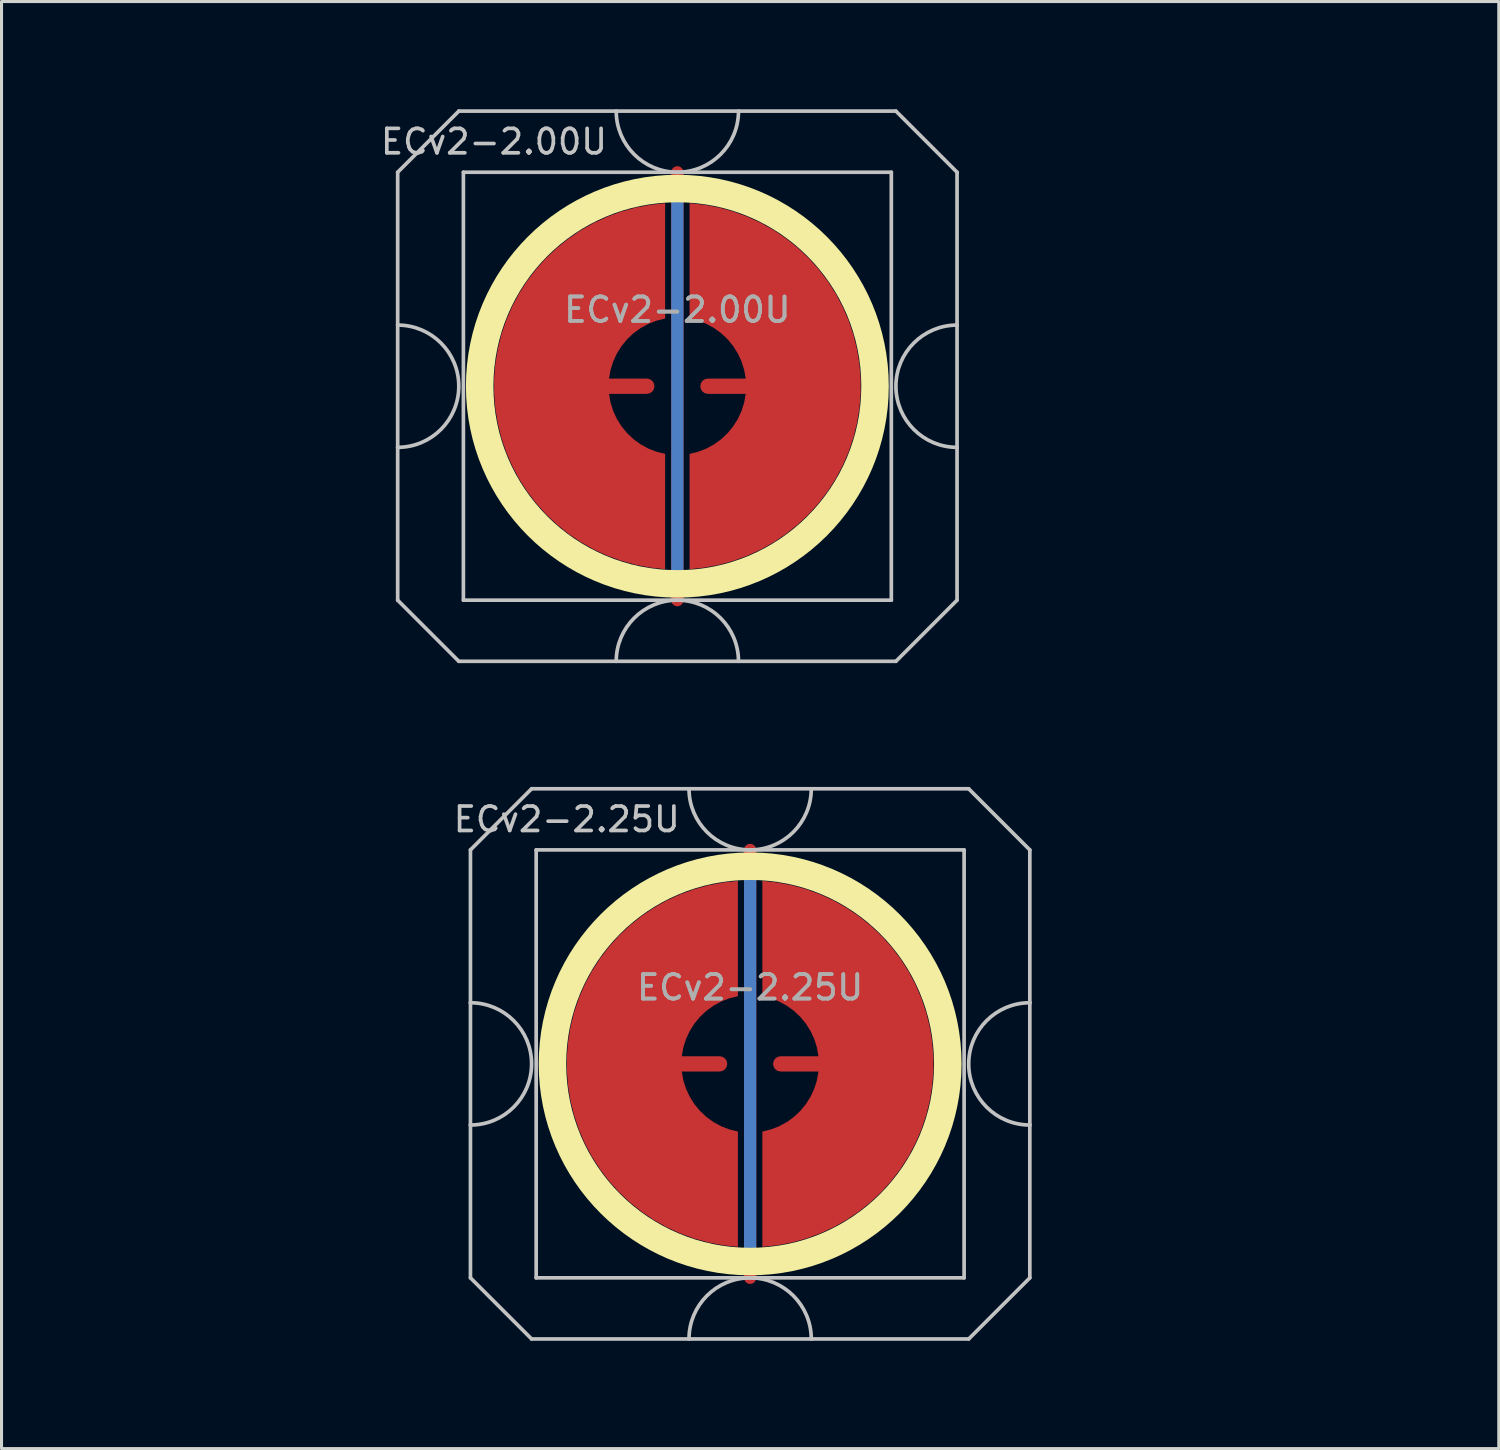
<source format=kicad_pcb>
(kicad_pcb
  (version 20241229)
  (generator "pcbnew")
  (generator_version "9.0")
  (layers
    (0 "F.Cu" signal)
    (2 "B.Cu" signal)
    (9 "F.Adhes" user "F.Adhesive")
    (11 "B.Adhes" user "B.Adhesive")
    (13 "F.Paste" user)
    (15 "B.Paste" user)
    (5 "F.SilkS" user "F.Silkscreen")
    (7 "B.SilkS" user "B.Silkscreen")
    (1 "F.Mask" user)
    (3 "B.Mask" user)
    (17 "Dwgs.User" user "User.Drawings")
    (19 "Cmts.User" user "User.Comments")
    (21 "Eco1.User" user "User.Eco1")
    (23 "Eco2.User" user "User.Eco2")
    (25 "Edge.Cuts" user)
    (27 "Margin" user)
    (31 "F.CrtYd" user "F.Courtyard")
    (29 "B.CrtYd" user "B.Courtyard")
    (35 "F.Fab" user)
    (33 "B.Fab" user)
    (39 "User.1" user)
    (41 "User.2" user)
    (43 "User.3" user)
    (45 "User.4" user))
  (footprint "ECv2-2.00U"
    (layer "F.Cu")
    (at 19.11 9.585)
    (property "Reference" "ECv2-2.00U" (at -6 -8 0) (layer "Dwgs.User") (effects (font (size 0.8 0.8) (thickness 0.12))))
    (attr smd exclude_from_pos_files exclude_from_bom)
    (fp_circle (center 0 0) (end 6.467 0) (stroke (width 0.9) (type solid)) (fill no) (layer "F.SilkS"))
    (fp_line (start -9.15 -7) (end -9.15 -2) (stroke (width 0.12) (type solid)) (layer "Dwgs.User"))
    (fp_line (start -9.15 -2) (end -9.15 2) (stroke (width 0.12) (type solid)) (layer "Dwgs.User"))
    (fp_line (start -9.15 2) (end -9.15 7) (stroke (width 0.12) (type solid)) (layer "Dwgs.User"))
    (fp_line (start -9.15 7) (end -7.15 9) (stroke (width 0.12) (type solid)) (layer "Dwgs.User"))
    (fp_line (start -7.15 -9) (end -9.15 -7) (stroke (width 0.12) (type solid)) (layer "Dwgs.User"))
    (fp_line (start -7.15 9) (end 7.15 9) (stroke (width 0.12) (type solid)) (layer "Dwgs.User"))
    (fp_line (start -7 -7) (end -7 7) (stroke (width 0.12) (type solid)) (layer "Dwgs.User"))
    (fp_line (start -7 7) (end 7 7) (stroke (width 0.12) (type solid)) (layer "Dwgs.User"))
    (fp_line (start 7 -7) (end -7 -7) (stroke (width 0.12) (type solid)) (layer "Dwgs.User"))
    (fp_line (start 7 7) (end 7 -7) (stroke (width 0.12) (type solid)) (layer "Dwgs.User"))
    (fp_line (start 7.15 -9) (end -7.15 -9) (stroke (width 0.12) (type solid)) (layer "Dwgs.User"))
    (fp_line (start 7.15 -9) (end 9.15 -7) (stroke (width 0.12) (type solid)) (layer "Dwgs.User"))
    (fp_line (start 7.15 9) (end 9.15 7) (stroke (width 0.12) (type solid)) (layer "Dwgs.User"))
    (fp_line (start 9.15 -2) (end 9.15 -7) (stroke (width 0.12) (type solid)) (layer "Dwgs.User"))
    (fp_line (start 9.15 -2) (end 9.15 2) (stroke (width 0.12) (type solid)) (layer "Dwgs.User"))
    (fp_line (start 9.15 7) (end 9.15 2) (stroke (width 0.12) (type solid)) (layer "Dwgs.User"))
    (fp_arc (start -9.15 -2) (mid -7.15 0) (end -9.15 2) (stroke (width 0.12) (type solid)) (layer "Dwgs.User"))
    (fp_arc (start -2 9) (mid 0 7) (end 2 9) (stroke (width 0.12) (type solid)) (layer "Dwgs.User"))
    (fp_arc (start 2 -9) (mid 0 -7) (end -2 -9) (stroke (width 0.12) (type solid)) (layer "Dwgs.User"))
    (fp_arc (start 9.15 2) (mid 7.15 0) (end 9.15 -2) (stroke (width 0.12) (type solid)) (layer "Dwgs.User"))
    (fp_line (start -19.05 -9.525) (end -19.05 9.525) (stroke (width 0.12) (type solid)) (layer "User.2"))
    (fp_line (start -19.05 -9.525) (end 19.05 -9.525) (stroke (width 0.12) (type solid)) (layer "User.2"))
    (fp_line (start -19.05 9.525) (end 19.05 9.525) (stroke (width 0.12) (type solid)) (layer "User.2"))
    (fp_line (start 19.05 -9.525) (end 19.05 9.525) (stroke (width 0.12) (type solid)) (layer "User.2"))
    (fp_text user "${REFERENCE}" (at 0 -2.5 0) (layer "F.Fab") (effects (font (size 0.8 0.8) (thickness 0.12))))
    (fp_text user "${REFERENCE}" (at 0 -2.5 0) (layer "F.Fab") (effects (font (size 0.8 0.8) (thickness 0.12))))
    (pad "1" smd custom (at -1 0) (size 0.4 0.4) (layers "F.Cu") (options (anchor circle)) (primitives (gr_poly (pts (xy 0.6 -2.214) (xy 0.32 -2.145) (xy 0.052 -2.041) (xy -0.201 -1.903) (xy -0.434 -1.734) (xy -0.644 -1.536) (xy -0.826 -1.314) (xy -0.979 -1.07) (xy -1.1 -0.808) (xy -1.186 -0.534) (xy -1.236 -0.25) (xy 0 -0.25) (xy 0.096 -0.231) (xy 0.177 -0.177) (xy 0.231 -0.096) (xy 0.25 0) (xy 0.231 0.096) (xy 0.177 0.177) (xy 0.096 0.231) (xy 0 0.25) (xy -1.236 0.25) (xy -1.186 0.534) (xy -1.1 0.808) (xy -0.979 1.07) (xy -0.826 1.314) (xy -0.644 1.536) (xy -0.434 1.734) (xy -0.201 1.903) (xy 0.052 2.041) (xy 0.32 2.145) (xy 0.6 2.214) (xy 0.6 5.987) (xy 0.115 5.934) (xy -0.364 5.843) (xy -0.834 5.713) (xy -1.292 5.545) (xy -1.735 5.341) (xy -2.159 5.101) (xy -2.563 4.827) (xy -2.943 4.522) (xy -3.298 4.187) (xy -3.623 3.824) (xy -3.919 3.436) (xy -4.182 3.025) (xy -4.41 2.594) (xy -4.603 2.147) (xy -4.759 1.684) (xy -4.876 1.211) (xy -4.955 0.73) (xy -4.995 0.244) (xy -4.995 -0.244) (xy -4.955 -0.73) (xy -4.876 -1.211) (xy -4.759 -1.684) (xy -4.603 -2.147) (xy -4.41 -2.594) (xy -4.182 -3.025) (xy -3.919 -3.436) (xy -3.623 -3.824) (xy -3.298 -4.187) (xy -2.943 -4.522) (xy -2.563 -4.827) (xy -2.159 -5.101) (xy -1.735 -5.341) (xy -1.292 -5.545) (xy -0.834 -5.713) (xy -0.364 -5.843) (xy 0.115 -5.934) (xy 0.6 -5.987)) (width 0) (fill yes))))
    (pad "2" smd custom (at 1 0 180) (size 0.4 0.4) (layers "F.Cu") (options (anchor circle)) (primitives (gr_poly (pts (xy 0.6 -2.214) (xy 0.32 -2.145) (xy 0.052 -2.041) (xy -0.201 -1.903) (xy -0.434 -1.734) (xy -0.644 -1.536) (xy -0.826 -1.314) (xy -0.979 -1.07) (xy -1.1 -0.808) (xy -1.186 -0.534) (xy -1.236 -0.25) (xy 0 -0.25) (xy 0.096 -0.231) (xy 0.177 -0.177) (xy 0.231 -0.096) (xy 0.25 0) (xy 0.231 0.096) (xy 0.177 0.177) (xy 0.096 0.231) (xy 0 0.25) (xy -1.236 0.25) (xy -1.186 0.534) (xy -1.1 0.808) (xy -0.979 1.07) (xy -0.826 1.314) (xy -0.644 1.536) (xy -0.434 1.734) (xy -0.201 1.903) (xy 0.052 2.041) (xy 0.32 2.145) (xy 0.6 2.214) (xy 0.6 5.987) (xy 0.115 5.934) (xy -0.364 5.843) (xy -0.834 5.713) (xy -1.292 5.545) (xy -1.735 5.341) (xy -2.159 5.101) (xy -2.563 4.827) (xy -2.943 4.522) (xy -3.298 4.187) (xy -3.623 3.824) (xy -3.919 3.436) (xy -4.182 3.025) (xy -4.41 2.594) (xy -4.603 2.147) (xy -4.759 1.684) (xy -4.876 1.211) (xy -4.955 0.73) (xy -4.995 0.244) (xy -4.995 -0.244) (xy -4.955 -0.73) (xy -4.876 -1.211) (xy -4.759 -1.684) (xy -4.603 -2.147) (xy -4.41 -2.594) (xy -4.182 -3.025) (xy -3.919 -3.436) (xy -3.623 -3.824) (xy -3.298 -4.187) (xy -2.943 -4.522) (xy -2.563 -4.827) (xy -2.159 -5.101) (xy -1.735 -5.341) (xy -1.292 -5.545) (xy -0.834 -5.713) (xy -0.364 -5.843) (xy 0.115 -5.934) (xy 0.6 -5.987)) (width 0) (fill yes))))
    (pad "3" smd custom (at 0 0) (size 0.4 0.4) (layers "F.Cu") (options (anchor rect)) (primitives (gr_line (start 0 -7) (end 0 7) (width 0.4))))
    (pad "3" smd custom (at 0 0) (size 0.4 0.4) (layers "B.Cu") (options (anchor rect)) (primitives (gr_line (start 0 -6.5) (end 0 6.5) (width 0.4))))
    (zone (net_name "") (layer "F.Cu") (hatch edge 0.508) (connect_pads) (min_thickness 0.254) (filled_areas_thickness no) (keepout (tracks allowed) (vias allowed) (pads allowed) (copperpour not_allowed) (footprints allowed)) (placement (enabled no)) (fill) (polygon (pts (xy 26.115 9.585) (xy 26.096 9.072) (xy 26.04 8.562) (xy 25.946 8.057) (xy 25.816 7.56) (xy 25.65 7.075) (xy 25.448 6.602) (xy 25.213 6.146) (xy 24.945 5.709) (xy 24.645 5.292) (xy 24.316 4.898) (xy 23.958 4.529) (xy 23.575 4.188) (xy 23.168 3.875) (xy 22.739 3.593) (xy 22.29 3.344) (xy 21.825 3.127) (xy 21.344 2.946) (xy 20.852 2.8) (xy 20.35 2.691) (xy 19.842 2.618) (xy 19.33 2.584) (xy 18.817 2.586) (xy 18.305 2.627) (xy 17.797 2.704) (xy 17.297 2.819) (xy 16.806 2.97) (xy 16.328 3.156) (xy 15.865 3.377) (xy 15.419 3.632) (xy 14.993 3.918) (xy 14.589 4.235) (xy 14.209 4.58) (xy 13.856 4.953) (xy 13.53 5.35) (xy 13.235 5.77) (xy 12.972 6.21) (xy 12.741 6.669) (xy 12.544 7.143) (xy 12.383 7.631) (xy 12.258 8.129) (xy 12.17 8.634) (xy 12.119 9.145) (xy 12.105 9.658) (xy 12.13 10.171) (xy 12.191 10.681) (xy 12.29 11.185) (xy 12.426 11.68) (xy 12.597 12.164) (xy 12.803 12.634) (xy 13.044 13.087) (xy 13.316 13.522) (xy 13.62 13.936) (xy 13.954 14.326) (xy 14.315 14.691) (xy 14.702 15.029) (xy 15.112 15.337) (xy 15.544 15.614) (xy 15.995 15.859) (xy 16.463 16.071) (xy 16.945 16.247) (xy 17.439 16.388) (xy 17.942 16.492) (xy 18.451 16.559) (xy 18.963 16.588) (xy 19.477 16.58) (xy 19.988 16.535) (xy 20.495 16.452) (xy 20.994 16.332) (xy 21.483 16.176) (xy 21.959 15.984) (xy 22.42 15.758) (xy 22.863 15.499) (xy 23.286 15.209) (xy 23.687 14.888) (xy 24.063 14.538) (xy 24.413 14.162) (xy 24.734 13.761) (xy 25.024 13.338) (xy 25.283 12.895) (xy 25.509 12.434) (xy 25.701 11.958) (xy 25.857 11.469) (xy 25.977 10.97) (xy 26.06 10.463) (xy 26.105 9.952))))
    (zone (net_name "") (layer "B.Cu") (hatch edge 0.508) (connect_pads) (min_thickness 0.254) (filled_areas_thickness no) (keepout (tracks allowed) (vias allowed) (pads allowed) (copperpour not_allowed) (footprints allowed)) (placement (enabled no)) (fill) (polygon (pts (xy 25.668 9.585) (xy 25.648 9.07) (xy 25.588 8.559) (xy 25.487 8.054) (xy 25.347 7.558) (xy 25.169 7.075) (xy 24.953 6.608) (xy 24.702 6.158) (xy 24.416 5.73) (xy 24.097 5.326) (xy 23.747 4.948) (xy 23.369 4.598) (xy 22.965 4.279) (xy 22.537 3.993) (xy 22.087 3.742) (xy 21.62 3.526) (xy 21.137 3.348) (xy 20.641 3.208) (xy 20.136 3.107) (xy 19.625 3.047) (xy 19.11 3.027) (xy 18.595 3.047) (xy 18.084 3.107) (xy 17.579 3.208) (xy 17.083 3.348) (xy 16.6 3.526) (xy 16.133 3.742) (xy 15.683 3.993) (xy 15.255 4.279) (xy 14.851 4.598) (xy 14.473 4.948) (xy 14.123 5.326) (xy 13.804 5.73) (xy 13.518 6.158) (xy 13.267 6.608) (xy 13.051 7.075) (xy 12.873 7.558) (xy 12.733 8.054) (xy 12.632 8.559) (xy 12.572 9.07) (xy 12.552 9.585) (xy 12.572 10.1) (xy 12.632 10.611) (xy 12.733 11.116) (xy 12.873 11.612) (xy 13.051 12.095) (xy 13.267 12.562) (xy 13.518 13.012) (xy 13.804 13.44) (xy 14.123 13.844) (xy 14.473 14.222) (xy 14.851 14.572) (xy 15.255 14.891) (xy 15.683 15.177) (xy 16.133 15.428) (xy 16.6 15.644) (xy 17.083 15.822) (xy 17.579 15.962) (xy 18.084 16.063) (xy 18.595 16.123) (xy 19.11 16.143) (xy 19.625 16.123) (xy 20.136 16.063) (xy 20.641 15.962) (xy 21.137 15.822) (xy 21.62 15.644) (xy 22.087 15.428) (xy 22.537 15.177) (xy 22.965 14.891) (xy 23.369 14.572) (xy 23.747 14.222) (xy 24.097 13.844) (xy 24.416 13.44) (xy 24.702 13.012) (xy 24.953 12.562) (xy 25.169 12.095) (xy 25.347 11.612) (xy 25.487 11.116) (xy 25.588 10.611) (xy 25.648 10.1)))))
  (footprint "ECv2-2.25U"
    (layer "F.Cu")
    (at 21.491 31.755)
    (property "Reference" "ECv2-2.25U" (at -6 -8 0) (layer "Dwgs.User") (effects (font (size 0.8 0.8) (thickness 0.12))))
    (attr smd exclude_from_pos_files exclude_from_bom)
    (fp_circle (center 0 0) (end 6.467 0) (stroke (width 0.9) (type solid)) (fill no) (layer "F.SilkS"))
    (fp_line (start -9.15 -7) (end -9.15 -2) (stroke (width 0.12) (type solid)) (layer "Dwgs.User"))
    (fp_line (start -9.15 -2) (end -9.15 2) (stroke (width 0.12) (type solid)) (layer "Dwgs.User"))
    (fp_line (start -9.15 2) (end -9.15 7) (stroke (width 0.12) (type solid)) (layer "Dwgs.User"))
    (fp_line (start -9.15 7) (end -7.15 9) (stroke (width 0.12) (type solid)) (layer "Dwgs.User"))
    (fp_line (start -7.15 -9) (end -9.15 -7) (stroke (width 0.12) (type solid)) (layer "Dwgs.User"))
    (fp_line (start -7.15 9) (end 7.15 9) (stroke (width 0.12) (type solid)) (layer "Dwgs.User"))
    (fp_line (start -7 -7) (end -7 7) (stroke (width 0.12) (type solid)) (layer "Dwgs.User"))
    (fp_line (start -7 7) (end 7 7) (stroke (width 0.12) (type solid)) (layer "Dwgs.User"))
    (fp_line (start 7 -7) (end -7 -7) (stroke (width 0.12) (type solid)) (layer "Dwgs.User"))
    (fp_line (start 7 7) (end 7 -7) (stroke (width 0.12) (type solid)) (layer "Dwgs.User"))
    (fp_line (start 7.15 -9) (end -7.15 -9) (stroke (width 0.12) (type solid)) (layer "Dwgs.User"))
    (fp_line (start 7.15 -9) (end 9.15 -7) (stroke (width 0.12) (type solid)) (layer "Dwgs.User"))
    (fp_line (start 7.15 9) (end 9.15 7) (stroke (width 0.12) (type solid)) (layer "Dwgs.User"))
    (fp_line (start 9.15 -2) (end 9.15 -7) (stroke (width 0.12) (type solid)) (layer "Dwgs.User"))
    (fp_line (start 9.15 -2) (end 9.15 2) (stroke (width 0.12) (type solid)) (layer "Dwgs.User"))
    (fp_line (start 9.15 7) (end 9.15 2) (stroke (width 0.12) (type solid)) (layer "Dwgs.User"))
    (fp_arc (start -9.15 -2) (mid -7.15 0) (end -9.15 2) (stroke (width 0.12) (type solid)) (layer "Dwgs.User"))
    (fp_arc (start -2 9) (mid 0 7) (end 2 9) (stroke (width 0.12) (type solid)) (layer "Dwgs.User"))
    (fp_arc (start 2 -9) (mid 0 -7) (end -2 -9) (stroke (width 0.12) (type solid)) (layer "Dwgs.User"))
    (fp_arc (start 9.15 2) (mid 7.15 0) (end 9.15 -2) (stroke (width 0.12) (type solid)) (layer "Dwgs.User"))
    (fp_line (start -21.431 -9.525) (end -21.431 9.525) (stroke (width 0.12) (type solid)) (layer "User.2"))
    (fp_line (start -21.431 -9.525) (end 21.431 -9.525) (stroke (width 0.12) (type solid)) (layer "User.2"))
    (fp_line (start -21.431 9.525) (end 21.431 9.525) (stroke (width 0.12) (type solid)) (layer "User.2"))
    (fp_line (start 21.431 -9.525) (end 21.431 9.525) (stroke (width 0.12) (type solid)) (layer "User.2"))
    (fp_text user "${REFERENCE}" (at 0 -2.5 0) (layer "F.Fab") (effects (font (size 0.8 0.8) (thickness 0.12))))
    (fp_text user "${REFERENCE}" (at 0 -2.5 0) (layer "F.Fab") (effects (font (size 0.8 0.8) (thickness 0.12))))
    (pad "1" smd custom (at -1 0) (size 0.4 0.4) (layers "F.Cu") (options (anchor circle)) (primitives (gr_poly (pts (xy 0.6 -2.214) (xy 0.32 -2.145) (xy 0.052 -2.041) (xy -0.201 -1.903) (xy -0.434 -1.734) (xy -0.644 -1.536) (xy -0.826 -1.314) (xy -0.979 -1.07) (xy -1.1 -0.808) (xy -1.186 -0.534) (xy -1.236 -0.25) (xy 0 -0.25) (xy 0.096 -0.231) (xy 0.177 -0.177) (xy 0.231 -0.096) (xy 0.25 0) (xy 0.231 0.096) (xy 0.177 0.177) (xy 0.096 0.231) (xy 0 0.25) (xy -1.236 0.25) (xy -1.186 0.534) (xy -1.1 0.808) (xy -0.979 1.07) (xy -0.826 1.314) (xy -0.644 1.536) (xy -0.434 1.734) (xy -0.201 1.903) (xy 0.052 2.041) (xy 0.32 2.145) (xy 0.6 2.214) (xy 0.6 5.987) (xy 0.115 5.934) (xy -0.364 5.843) (xy -0.834 5.713) (xy -1.292 5.545) (xy -1.735 5.341) (xy -2.159 5.101) (xy -2.563 4.827) (xy -2.943 4.522) (xy -3.298 4.187) (xy -3.623 3.824) (xy -3.919 3.436) (xy -4.182 3.025) (xy -4.41 2.594) (xy -4.603 2.147) (xy -4.759 1.684) (xy -4.876 1.211) (xy -4.955 0.73) (xy -4.995 0.244) (xy -4.995 -0.244) (xy -4.955 -0.73) (xy -4.876 -1.211) (xy -4.759 -1.684) (xy -4.603 -2.147) (xy -4.41 -2.594) (xy -4.182 -3.025) (xy -3.919 -3.436) (xy -3.623 -3.824) (xy -3.298 -4.187) (xy -2.943 -4.522) (xy -2.563 -4.827) (xy -2.159 -5.101) (xy -1.735 -5.341) (xy -1.292 -5.545) (xy -0.834 -5.713) (xy -0.364 -5.843) (xy 0.115 -5.934) (xy 0.6 -5.987)) (width 0) (fill yes))))
    (pad "2" smd custom (at 1 0 180) (size 0.4 0.4) (layers "F.Cu") (options (anchor circle)) (primitives (gr_poly (pts (xy 0.6 -2.214) (xy 0.32 -2.145) (xy 0.052 -2.041) (xy -0.201 -1.903) (xy -0.434 -1.734) (xy -0.644 -1.536) (xy -0.826 -1.314) (xy -0.979 -1.07) (xy -1.1 -0.808) (xy -1.186 -0.534) (xy -1.236 -0.25) (xy 0 -0.25) (xy 0.096 -0.231) (xy 0.177 -0.177) (xy 0.231 -0.096) (xy 0.25 0) (xy 0.231 0.096) (xy 0.177 0.177) (xy 0.096 0.231) (xy 0 0.25) (xy -1.236 0.25) (xy -1.186 0.534) (xy -1.1 0.808) (xy -0.979 1.07) (xy -0.826 1.314) (xy -0.644 1.536) (xy -0.434 1.734) (xy -0.201 1.903) (xy 0.052 2.041) (xy 0.32 2.145) (xy 0.6 2.214) (xy 0.6 5.987) (xy 0.115 5.934) (xy -0.364 5.843) (xy -0.834 5.713) (xy -1.292 5.545) (xy -1.735 5.341) (xy -2.159 5.101) (xy -2.563 4.827) (xy -2.943 4.522) (xy -3.298 4.187) (xy -3.623 3.824) (xy -3.919 3.436) (xy -4.182 3.025) (xy -4.41 2.594) (xy -4.603 2.147) (xy -4.759 1.684) (xy -4.876 1.211) (xy -4.955 0.73) (xy -4.995 0.244) (xy -4.995 -0.244) (xy -4.955 -0.73) (xy -4.876 -1.211) (xy -4.759 -1.684) (xy -4.603 -2.147) (xy -4.41 -2.594) (xy -4.182 -3.025) (xy -3.919 -3.436) (xy -3.623 -3.824) (xy -3.298 -4.187) (xy -2.943 -4.522) (xy -2.563 -4.827) (xy -2.159 -5.101) (xy -1.735 -5.341) (xy -1.292 -5.545) (xy -0.834 -5.713) (xy -0.364 -5.843) (xy 0.115 -5.934) (xy 0.6 -5.987)) (width 0) (fill yes))))
    (pad "3" smd custom (at 0 0) (size 0.4 0.4) (layers "F.Cu") (options (anchor rect)) (primitives (gr_line (start 0 -7) (end 0 7) (width 0.4))))
    (pad "3" smd custom (at 0 0) (size 0.4 0.4) (layers "B.Cu") (options (anchor rect)) (primitives (gr_line (start 0 -6.5) (end 0 6.5) (width 0.4))))
    (zone (net_name "") (layer "F.Cu") (hatch edge 0.508) (connect_pads) (min_thickness 0.254) (filled_areas_thickness no) (keepout (tracks allowed) (vias allowed) (pads allowed) (copperpour not_allowed) (footprints allowed)) (placement (enabled no)) (fill) (polygon (pts (xy 28.496 31.755) (xy 28.477 31.242) (xy 28.421 30.732) (xy 28.327 30.227) (xy 28.197 29.73) (xy 28.031 29.245) (xy 27.829 28.772) (xy 27.594 28.316) (xy 27.326 27.879) (xy 27.026 27.462) (xy 26.697 27.068) (xy 26.34 26.699) (xy 25.956 26.358) (xy 25.549 26.045) (xy 25.12 25.763) (xy 24.671 25.514) (xy 24.206 25.297) (xy 23.726 25.116) (xy 23.233 24.97) (xy 22.732 24.861) (xy 22.223 24.788) (xy 21.711 24.754) (xy 21.198 24.756) (xy 20.686 24.797) (xy 20.179 24.874) (xy 19.678 24.989) (xy 19.188 25.14) (xy 18.709 25.326) (xy 18.246 25.547) (xy 17.8 25.802) (xy 17.374 26.088) (xy 16.97 26.405) (xy 16.59 26.75) (xy 16.237 27.123) (xy 15.912 27.52) (xy 15.616 27.94) (xy 15.353 28.38) (xy 15.122 28.839) (xy 14.926 29.313) (xy 14.764 29.801) (xy 14.639 30.299) (xy 14.551 30.804) (xy 14.5 31.315) (xy 14.487 31.828) (xy 14.511 32.341) (xy 14.573 32.851) (xy 14.671 33.355) (xy 14.807 33.85) (xy 14.978 34.334) (xy 15.185 34.804) (xy 15.425 35.257) (xy 15.698 35.692) (xy 16.002 36.106) (xy 16.335 36.496) (xy 16.696 36.861) (xy 17.083 37.199) (xy 17.493 37.507) (xy 17.925 37.784) (xy 18.377 38.029) (xy 18.845 38.241) (xy 19.327 38.417) (xy 19.82 38.558) (xy 20.323 38.662) (xy 20.832 38.729) (xy 21.345 38.758) (xy 21.858 38.75) (xy 22.369 38.705) (xy 22.876 38.622) (xy 23.375 38.502) (xy 23.864 38.346) (xy 24.34 38.154) (xy 24.801 37.928) (xy 25.245 37.669) (xy 25.668 37.379) (xy 26.068 37.058) (xy 26.444 36.708) (xy 26.794 36.332) (xy 27.115 35.931) (xy 27.406 35.508) (xy 27.665 35.065) (xy 27.891 34.604) (xy 28.082 34.128) (xy 28.238 33.639) (xy 28.358 33.14) (xy 28.441 32.633) (xy 28.487 32.122))))
    (zone (net_name "") (layer "B.Cu") (hatch edge 0.508) (connect_pads) (min_thickness 0.254) (filled_areas_thickness no) (keepout (tracks allowed) (vias allowed) (pads allowed) (copperpour not_allowed) (footprints allowed)) (placement (enabled no)) (fill) (polygon (pts (xy 28.05 31.755) (xy 28.029 31.24) (xy 27.969 30.729) (xy 27.868 30.224) (xy 27.729 29.728) (xy 27.55 29.245) (xy 27.335 28.778) (xy 27.083 28.328) (xy 26.797 27.9) (xy 26.478 27.496) (xy 26.129 27.118) (xy 25.75 26.768) (xy 25.346 26.449) (xy 24.918 26.163) (xy 24.469 25.912) (xy 24.001 25.696) (xy 23.518 25.518) (xy 23.022 25.378) (xy 22.517 25.277) (xy 22.006 25.217) (xy 21.491 25.197) (xy 20.977 25.217) (xy 20.465 25.277) (xy 19.96 25.378) (xy 19.465 25.518) (xy 18.982 25.696) (xy 18.514 25.912) (xy 18.065 26.163) (xy 17.636 26.449) (xy 17.232 26.768) (xy 16.854 27.118) (xy 16.504 27.496) (xy 16.186 27.9) (xy 15.899 28.328) (xy 15.648 28.778) (xy 15.432 29.245) (xy 15.254 29.728) (xy 15.114 30.224) (xy 15.014 30.729) (xy 14.953 31.24) (xy 14.933 31.755) (xy 14.953 32.27) (xy 15.014 32.781) (xy 15.114 33.286) (xy 15.254 33.782) (xy 15.432 34.265) (xy 15.648 34.732) (xy 15.899 35.182) (xy 16.186 35.61) (xy 16.504 36.014) (xy 16.854 36.392) (xy 17.232 36.742) (xy 17.636 37.061) (xy 18.065 37.347) (xy 18.514 37.598) (xy 18.982 37.814) (xy 19.465 37.992) (xy 19.96 38.132) (xy 20.465 38.233) (xy 20.977 38.293) (xy 21.491 38.313) (xy 22.006 38.293) (xy 22.517 38.233) (xy 23.022 38.132) (xy 23.518 37.992) (xy 24.001 37.814) (xy 24.469 37.598) (xy 24.918 37.347) (xy 25.346 37.061) (xy 25.75 36.742) (xy 26.129 36.392) (xy 26.478 36.014) (xy 26.797 35.61) (xy 27.083 35.182) (xy 27.335 34.732) (xy 27.55 34.265) (xy 27.729 33.782) (xy 27.868 33.286) (xy 27.969 32.781) (xy 28.029 32.27)))))
  (gr_rect
    (start -3 -3)
    (end 45.983 44.34)
    (stroke (width 0.1) (type default))
    (fill no)
    (layer "Edge.Cuts")))
</source>
